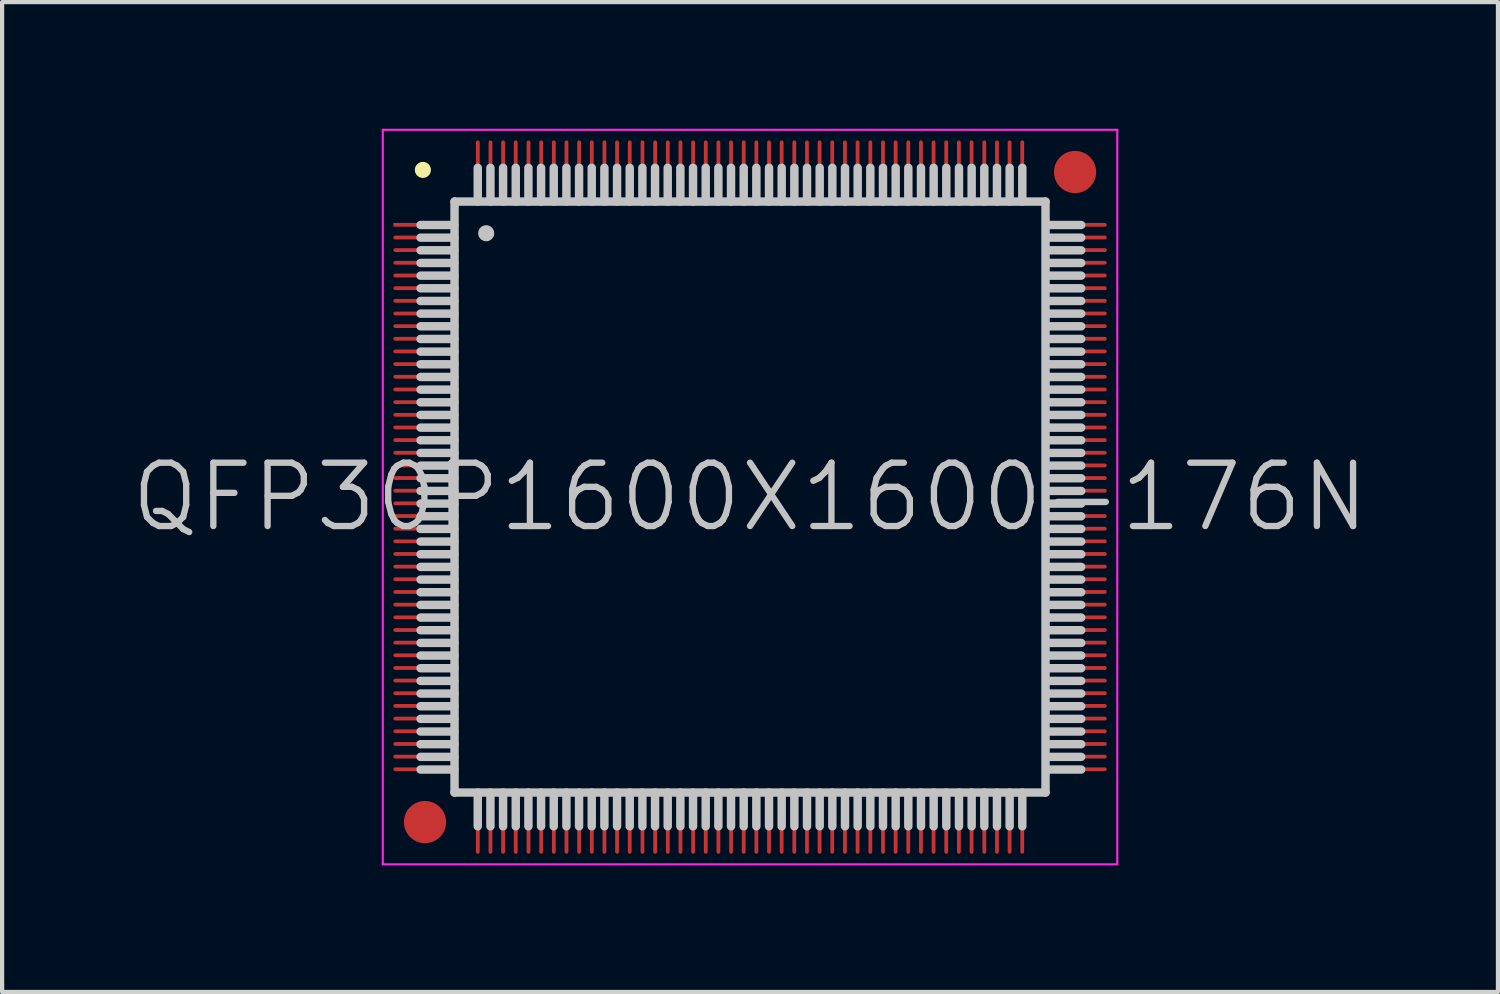
<source format=kicad_pcb>
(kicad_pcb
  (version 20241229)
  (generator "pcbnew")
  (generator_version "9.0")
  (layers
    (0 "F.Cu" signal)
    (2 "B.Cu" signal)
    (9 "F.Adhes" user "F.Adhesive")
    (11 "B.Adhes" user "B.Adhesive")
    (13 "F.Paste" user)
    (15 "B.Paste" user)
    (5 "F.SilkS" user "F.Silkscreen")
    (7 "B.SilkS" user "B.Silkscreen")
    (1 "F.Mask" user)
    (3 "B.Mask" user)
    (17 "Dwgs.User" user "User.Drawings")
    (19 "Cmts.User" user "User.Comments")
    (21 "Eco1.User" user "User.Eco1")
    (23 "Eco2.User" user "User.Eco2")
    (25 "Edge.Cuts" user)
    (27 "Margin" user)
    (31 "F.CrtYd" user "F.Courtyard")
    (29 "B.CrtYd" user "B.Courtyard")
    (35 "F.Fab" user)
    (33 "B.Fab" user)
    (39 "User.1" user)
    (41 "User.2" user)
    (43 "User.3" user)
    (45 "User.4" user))
  (footprint "QFP30P1600X1600-176N"
    (layer "F.Cu")
    (at 14.718 8.725)
    (property "Reference" "QFP30P1600X1600-176N" (at 0 0 0) (layer "Dwgs.User") (effects (font (size 1.5 1.5) (thickness 0.15))))
    (attr smd)
    (fp_line (start -7.75 -7.75) (end -7.75 -7.75) (stroke (width 0.381) (type solid)) (layer "F.SilkS"))
    (fp_line (start -7.005 -6.445) (end -7.805 -6.445) (stroke (width 0.2) (type solid)) (layer "Dwgs.User"))
    (fp_line (start -7.005 -6.145) (end -7.805 -6.145) (stroke (width 0.2) (type solid)) (layer "Dwgs.User"))
    (fp_line (start -7.005 -5.845) (end -7.805 -5.845) (stroke (width 0.2) (type solid)) (layer "Dwgs.User"))
    (fp_line (start -7.005 -5.545) (end -7.805 -5.545) (stroke (width 0.2) (type solid)) (layer "Dwgs.User"))
    (fp_line (start -7.005 -5.245) (end -7.805 -5.245) (stroke (width 0.2) (type solid)) (layer "Dwgs.User"))
    (fp_line (start -7.005 -4.945) (end -7.805 -4.945) (stroke (width 0.2) (type solid)) (layer "Dwgs.User"))
    (fp_line (start -7.005 -4.645) (end -7.805 -4.645) (stroke (width 0.2) (type solid)) (layer "Dwgs.User"))
    (fp_line (start -7.005 -4.345) (end -7.805 -4.345) (stroke (width 0.2) (type solid)) (layer "Dwgs.User"))
    (fp_line (start -7.005 -4.045) (end -7.805 -4.045) (stroke (width 0.2) (type solid)) (layer "Dwgs.User"))
    (fp_line (start -7.005 -3.745) (end -7.805 -3.745) (stroke (width 0.2) (type solid)) (layer "Dwgs.User"))
    (fp_line (start -7.005 -3.445) (end -7.805 -3.445) (stroke (width 0.2) (type solid)) (layer "Dwgs.User"))
    (fp_line (start -7.005 -3.145) (end -7.805 -3.145) (stroke (width 0.2) (type solid)) (layer "Dwgs.User"))
    (fp_line (start -7.005 -2.845) (end -7.805 -2.845) (stroke (width 0.2) (type solid)) (layer "Dwgs.User"))
    (fp_line (start -7.005 -2.545) (end -7.805 -2.545) (stroke (width 0.2) (type solid)) (layer "Dwgs.User"))
    (fp_line (start -7.005 -2.245) (end -7.805 -2.245) (stroke (width 0.2) (type solid)) (layer "Dwgs.User"))
    (fp_line (start -7.005 -1.945) (end -7.805 -1.945) (stroke (width 0.2) (type solid)) (layer "Dwgs.User"))
    (fp_line (start -7.005 -1.645) (end -7.805 -1.645) (stroke (width 0.2) (type solid)) (layer "Dwgs.User"))
    (fp_line (start -7.005 -1.345) (end -7.805 -1.345) (stroke (width 0.2) (type solid)) (layer "Dwgs.User"))
    (fp_line (start -7.005 -1.045) (end -7.805 -1.045) (stroke (width 0.2) (type solid)) (layer "Dwgs.User"))
    (fp_line (start -7.005 -0.745) (end -7.805 -0.745) (stroke (width 0.2) (type solid)) (layer "Dwgs.User"))
    (fp_line (start -7.005 -0.445) (end -7.805 -0.445) (stroke (width 0.2) (type solid)) (layer "Dwgs.User"))
    (fp_line (start -7.005 -0.145) (end -7.805 -0.145) (stroke (width 0.2) (type solid)) (layer "Dwgs.User"))
    (fp_line (start -7.005 0.155) (end -7.805 0.155) (stroke (width 0.2) (type solid)) (layer "Dwgs.User"))
    (fp_line (start -7.005 0.455) (end -7.805 0.455) (stroke (width 0.2) (type solid)) (layer "Dwgs.User"))
    (fp_line (start -7.005 0.755) (end -7.805 0.755) (stroke (width 0.2) (type solid)) (layer "Dwgs.User"))
    (fp_line (start -7.005 1.055) (end -7.805 1.055) (stroke (width 0.2) (type solid)) (layer "Dwgs.User"))
    (fp_line (start -7.005 1.355) (end -7.805 1.355) (stroke (width 0.2) (type solid)) (layer "Dwgs.User"))
    (fp_line (start -7.005 1.655) (end -7.805 1.655) (stroke (width 0.2) (type solid)) (layer "Dwgs.User"))
    (fp_line (start -7.005 1.955) (end -7.805 1.955) (stroke (width 0.2) (type solid)) (layer "Dwgs.User"))
    (fp_line (start -7.005 2.255) (end -7.805 2.255) (stroke (width 0.2) (type solid)) (layer "Dwgs.User"))
    (fp_line (start -7.005 2.555) (end -7.805 2.555) (stroke (width 0.2) (type solid)) (layer "Dwgs.User"))
    (fp_line (start -7.005 2.855) (end -7.805 2.855) (stroke (width 0.2) (type solid)) (layer "Dwgs.User"))
    (fp_line (start -7.005 3.155) (end -7.805 3.155) (stroke (width 0.2) (type solid)) (layer "Dwgs.User"))
    (fp_line (start -7.005 3.455) (end -7.805 3.455) (stroke (width 0.2) (type solid)) (layer "Dwgs.User"))
    (fp_line (start -7.005 3.755) (end -7.805 3.755) (stroke (width 0.2) (type solid)) (layer "Dwgs.User"))
    (fp_line (start -7.005 4.055) (end -7.805 4.055) (stroke (width 0.2) (type solid)) (layer "Dwgs.User"))
    (fp_line (start -7.005 4.355) (end -7.805 4.355) (stroke (width 0.2) (type solid)) (layer "Dwgs.User"))
    (fp_line (start -7.005 4.655) (end -7.805 4.655) (stroke (width 0.2) (type solid)) (layer "Dwgs.User"))
    (fp_line (start -7.005 4.955) (end -7.805 4.955) (stroke (width 0.2) (type solid)) (layer "Dwgs.User"))
    (fp_line (start -7.005 5.255) (end -7.805 5.255) (stroke (width 0.2) (type solid)) (layer "Dwgs.User"))
    (fp_line (start -7.005 5.555) (end -7.805 5.555) (stroke (width 0.2) (type solid)) (layer "Dwgs.User"))
    (fp_line (start -7.005 5.855) (end -7.805 5.855) (stroke (width 0.2) (type solid)) (layer "Dwgs.User"))
    (fp_line (start -7.005 6.155) (end -7.805 6.155) (stroke (width 0.2) (type solid)) (layer "Dwgs.User"))
    (fp_line (start -7.005 6.455) (end -7.805 6.455) (stroke (width 0.2) (type solid)) (layer "Dwgs.User"))
    (fp_line (start -7 -7) (end -7 7) (stroke (width 0.2) (type solid)) (layer "Dwgs.User"))
    (fp_line (start -7 -7) (end 7 -7) (stroke (width 0.2) (type solid)) (layer "Dwgs.User"))
    (fp_line (start -7 7) (end 7 7) (stroke (width 0.2) (type solid)) (layer "Dwgs.User"))
    (fp_line (start -6.45 -7) (end -6.45 -7.8) (stroke (width 0.2) (type solid)) (layer "Dwgs.User"))
    (fp_line (start -6.45 7.8) (end -6.45 7) (stroke (width 0.2) (type solid)) (layer "Dwgs.User"))
    (fp_line (start -6.25 -6.25) (end -6.25 -6.25) (stroke (width 0.381) (type solid)) (layer "Dwgs.User"))
    (fp_line (start -6.15 -7) (end -6.15 -7.8) (stroke (width 0.2) (type solid)) (layer "Dwgs.User"))
    (fp_line (start -6.15 7.8) (end -6.15 7) (stroke (width 0.2) (type solid)) (layer "Dwgs.User"))
    (fp_line (start -5.85 -7) (end -5.85 -7.8) (stroke (width 0.2) (type solid)) (layer "Dwgs.User"))
    (fp_line (start -5.85 7.8) (end -5.85 7) (stroke (width 0.2) (type solid)) (layer "Dwgs.User"))
    (fp_line (start -5.55 -7) (end -5.55 -7.8) (stroke (width 0.2) (type solid)) (layer "Dwgs.User"))
    (fp_line (start -5.55 7.8) (end -5.55 7) (stroke (width 0.2) (type solid)) (layer "Dwgs.User"))
    (fp_line (start -5.25 -7) (end -5.25 -7.8) (stroke (width 0.2) (type solid)) (layer "Dwgs.User"))
    (fp_line (start -5.25 7.8) (end -5.25 7) (stroke (width 0.2) (type solid)) (layer "Dwgs.User"))
    (fp_line (start -4.95 -7) (end -4.95 -7.8) (stroke (width 0.2) (type solid)) (layer "Dwgs.User"))
    (fp_line (start -4.95 7.8) (end -4.95 7) (stroke (width 0.2) (type solid)) (layer "Dwgs.User"))
    (fp_line (start -4.65 -7) (end -4.65 -7.8) (stroke (width 0.2) (type solid)) (layer "Dwgs.User"))
    (fp_line (start -4.65 7.8) (end -4.65 7) (stroke (width 0.2) (type solid)) (layer "Dwgs.User"))
    (fp_line (start -4.35 -7) (end -4.35 -7.8) (stroke (width 0.2) (type solid)) (layer "Dwgs.User"))
    (fp_line (start -4.35 7.8) (end -4.35 7) (stroke (width 0.2) (type solid)) (layer "Dwgs.User"))
    (fp_line (start -4.05 -7) (end -4.05 -7.8) (stroke (width 0.2) (type solid)) (layer "Dwgs.User"))
    (fp_line (start -4.05 7.8) (end -4.05 7) (stroke (width 0.2) (type solid)) (layer "Dwgs.User"))
    (fp_line (start -3.75 -7) (end -3.75 -7.8) (stroke (width 0.2) (type solid)) (layer "Dwgs.User"))
    (fp_line (start -3.75 7.8) (end -3.75 7) (stroke (width 0.2) (type solid)) (layer "Dwgs.User"))
    (fp_line (start -3.45 -7) (end -3.45 -7.8) (stroke (width 0.2) (type solid)) (layer "Dwgs.User"))
    (fp_line (start -3.45 7.8) (end -3.45 7) (stroke (width 0.2) (type solid)) (layer "Dwgs.User"))
    (fp_line (start -3.15 -7) (end -3.15 -7.8) (stroke (width 0.2) (type solid)) (layer "Dwgs.User"))
    (fp_line (start -3.15 7.8) (end -3.15 7) (stroke (width 0.2) (type solid)) (layer "Dwgs.User"))
    (fp_line (start -2.85 -7) (end -2.85 -7.8) (stroke (width 0.2) (type solid)) (layer "Dwgs.User"))
    (fp_line (start -2.85 7.8) (end -2.85 7) (stroke (width 0.2) (type solid)) (layer "Dwgs.User"))
    (fp_line (start -2.55 -7) (end -2.55 -7.8) (stroke (width 0.2) (type solid)) (layer "Dwgs.User"))
    (fp_line (start -2.55 7.8) (end -2.55 7) (stroke (width 0.2) (type solid)) (layer "Dwgs.User"))
    (fp_line (start -2.25 -7) (end -2.25 -7.8) (stroke (width 0.2) (type solid)) (layer "Dwgs.User"))
    (fp_line (start -2.25 7.8) (end -2.25 7) (stroke (width 0.2) (type solid)) (layer "Dwgs.User"))
    (fp_line (start -1.95 -7) (end -1.95 -7.8) (stroke (width 0.2) (type solid)) (layer "Dwgs.User"))
    (fp_line (start -1.95 7.8) (end -1.95 7) (stroke (width 0.2) (type solid)) (layer "Dwgs.User"))
    (fp_line (start -1.65 -7) (end -1.65 -7.8) (stroke (width 0.2) (type solid)) (layer "Dwgs.User"))
    (fp_line (start -1.65 7.8) (end -1.65 7) (stroke (width 0.2) (type solid)) (layer "Dwgs.User"))
    (fp_line (start -1.35 -7) (end -1.35 -7.8) (stroke (width 0.2) (type solid)) (layer "Dwgs.User"))
    (fp_line (start -1.35 7.8) (end -1.35 7) (stroke (width 0.2) (type solid)) (layer "Dwgs.User"))
    (fp_line (start -1.05 -7) (end -1.05 -7.8) (stroke (width 0.2) (type solid)) (layer "Dwgs.User"))
    (fp_line (start -1.05 7.8) (end -1.05 7) (stroke (width 0.2) (type solid)) (layer "Dwgs.User"))
    (fp_line (start -0.75 -7) (end -0.75 -7.8) (stroke (width 0.2) (type solid)) (layer "Dwgs.User"))
    (fp_line (start -0.75 7.8) (end -0.75 7) (stroke (width 0.2) (type solid)) (layer "Dwgs.User"))
    (fp_line (start -0.45 -7) (end -0.45 -7.8) (stroke (width 0.2) (type solid)) (layer "Dwgs.User"))
    (fp_line (start -0.45 7.8) (end -0.45 7) (stroke (width 0.2) (type solid)) (layer "Dwgs.User"))
    (fp_line (start -0.15 -7) (end -0.15 -7.8) (stroke (width 0.2) (type solid)) (layer "Dwgs.User"))
    (fp_line (start -0.15 7.8) (end -0.15 7) (stroke (width 0.2) (type solid)) (layer "Dwgs.User"))
    (fp_line (start 0.15 -7) (end 0.15 -7.8) (stroke (width 0.2) (type solid)) (layer "Dwgs.User"))
    (fp_line (start 0.15 7.8) (end 0.15 7) (stroke (width 0.2) (type solid)) (layer "Dwgs.User"))
    (fp_line (start 0.45 -7) (end 0.45 -7.8) (stroke (width 0.2) (type solid)) (layer "Dwgs.User"))
    (fp_line (start 0.45 7.8) (end 0.45 7) (stroke (width 0.2) (type solid)) (layer "Dwgs.User"))
    (fp_line (start 0.75 -7) (end 0.75 -7.8) (stroke (width 0.2) (type solid)) (layer "Dwgs.User"))
    (fp_line (start 0.75 7.8) (end 0.75 7) (stroke (width 0.2) (type solid)) (layer "Dwgs.User"))
    (fp_line (start 1.05 -7) (end 1.05 -7.8) (stroke (width 0.2) (type solid)) (layer "Dwgs.User"))
    (fp_line (start 1.05 7.8) (end 1.05 7) (stroke (width 0.2) (type solid)) (layer "Dwgs.User"))
    (fp_line (start 1.35 -7) (end 1.35 -7.8) (stroke (width 0.2) (type solid)) (layer "Dwgs.User"))
    (fp_line (start 1.35 7.8) (end 1.35 7) (stroke (width 0.2) (type solid)) (layer "Dwgs.User"))
    (fp_line (start 1.65 -7) (end 1.65 -7.8) (stroke (width 0.2) (type solid)) (layer "Dwgs.User"))
    (fp_line (start 1.65 7.8) (end 1.65 7) (stroke (width 0.2) (type solid)) (layer "Dwgs.User"))
    (fp_line (start 1.95 -7) (end 1.95 -7.8) (stroke (width 0.2) (type solid)) (layer "Dwgs.User"))
    (fp_line (start 1.95 7.8) (end 1.95 7) (stroke (width 0.2) (type solid)) (layer "Dwgs.User"))
    (fp_line (start 2.25 -7) (end 2.25 -7.8) (stroke (width 0.2) (type solid)) (layer "Dwgs.User"))
    (fp_line (start 2.25 7.8) (end 2.25 7) (stroke (width 0.2) (type solid)) (layer "Dwgs.User"))
    (fp_line (start 2.55 -7) (end 2.55 -7.8) (stroke (width 0.2) (type solid)) (layer "Dwgs.User"))
    (fp_line (start 2.55 7.8) (end 2.55 7) (stroke (width 0.2) (type solid)) (layer "Dwgs.User"))
    (fp_line (start 2.85 -7) (end 2.85 -7.8) (stroke (width 0.2) (type solid)) (layer "Dwgs.User"))
    (fp_line (start 2.85 7.8) (end 2.85 7) (stroke (width 0.2) (type solid)) (layer "Dwgs.User"))
    (fp_line (start 3.15 -7) (end 3.15 -7.8) (stroke (width 0.2) (type solid)) (layer "Dwgs.User"))
    (fp_line (start 3.15 7.8) (end 3.15 7) (stroke (width 0.2) (type solid)) (layer "Dwgs.User"))
    (fp_line (start 3.45 -7) (end 3.45 -7.8) (stroke (width 0.2) (type solid)) (layer "Dwgs.User"))
    (fp_line (start 3.45 7.8) (end 3.45 7) (stroke (width 0.2) (type solid)) (layer "Dwgs.User"))
    (fp_line (start 3.75 -7) (end 3.75 -7.8) (stroke (width 0.2) (type solid)) (layer "Dwgs.User"))
    (fp_line (start 3.75 7.8) (end 3.75 7) (stroke (width 0.2) (type solid)) (layer "Dwgs.User"))
    (fp_line (start 4.05 -7) (end 4.05 -7.8) (stroke (width 0.2) (type solid)) (layer "Dwgs.User"))
    (fp_line (start 4.05 7.8) (end 4.05 7) (stroke (width 0.2) (type solid)) (layer "Dwgs.User"))
    (fp_line (start 4.35 -7) (end 4.35 -7.8) (stroke (width 0.2) (type solid)) (layer "Dwgs.User"))
    (fp_line (start 4.35 7.8) (end 4.35 7) (stroke (width 0.2) (type solid)) (layer "Dwgs.User"))
    (fp_line (start 4.65 -7) (end 4.65 -7.8) (stroke (width 0.2) (type solid)) (layer "Dwgs.User"))
    (fp_line (start 4.65 7.8) (end 4.65 7) (stroke (width 0.2) (type solid)) (layer "Dwgs.User"))
    (fp_line (start 4.95 -7) (end 4.95 -7.8) (stroke (width 0.2) (type solid)) (layer "Dwgs.User"))
    (fp_line (start 4.95 7.8) (end 4.95 7) (stroke (width 0.2) (type solid)) (layer "Dwgs.User"))
    (fp_line (start 5.25 -7) (end 5.25 -7.8) (stroke (width 0.2) (type solid)) (layer "Dwgs.User"))
    (fp_line (start 5.25 7.8) (end 5.25 7) (stroke (width 0.2) (type solid)) (layer "Dwgs.User"))
    (fp_line (start 5.55 -7) (end 5.55 -7.8) (stroke (width 0.2) (type solid)) (layer "Dwgs.User"))
    (fp_line (start 5.55 7.8) (end 5.55 7) (stroke (width 0.2) (type solid)) (layer "Dwgs.User"))
    (fp_line (start 5.85 -7) (end 5.85 -7.8) (stroke (width 0.2) (type solid)) (layer "Dwgs.User"))
    (fp_line (start 5.85 7.8) (end 5.85 7) (stroke (width 0.2) (type solid)) (layer "Dwgs.User"))
    (fp_line (start 6.15 -7) (end 6.15 -7.8) (stroke (width 0.2) (type solid)) (layer "Dwgs.User"))
    (fp_line (start 6.15 7.8) (end 6.15 7) (stroke (width 0.2) (type solid)) (layer "Dwgs.User"))
    (fp_line (start 6.45 -7) (end 6.45 -7.8) (stroke (width 0.2) (type solid)) (layer "Dwgs.User"))
    (fp_line (start 6.45 7.8) (end 6.45 7) (stroke (width 0.2) (type solid)) (layer "Dwgs.User"))
    (fp_line (start 7 -7) (end 7 7) (stroke (width 0.2) (type solid)) (layer "Dwgs.User"))
    (fp_line (start 7.845 -6.445) (end 7.045 -6.445) (stroke (width 0.2) (type solid)) (layer "Dwgs.User"))
    (fp_line (start 7.845 -6.145) (end 7.045 -6.145) (stroke (width 0.2) (type solid)) (layer "Dwgs.User"))
    (fp_line (start 7.845 -5.845) (end 7.045 -5.845) (stroke (width 0.2) (type solid)) (layer "Dwgs.User"))
    (fp_line (start 7.845 -5.545) (end 7.045 -5.545) (stroke (width 0.2) (type solid)) (layer "Dwgs.User"))
    (fp_line (start 7.845 -5.245) (end 7.045 -5.245) (stroke (width 0.2) (type solid)) (layer "Dwgs.User"))
    (fp_line (start 7.845 -4.945) (end 7.045 -4.945) (stroke (width 0.2) (type solid)) (layer "Dwgs.User"))
    (fp_line (start 7.845 -4.645) (end 7.045 -4.645) (stroke (width 0.2) (type solid)) (layer "Dwgs.User"))
    (fp_line (start 7.845 -4.345) (end 7.045 -4.345) (stroke (width 0.2) (type solid)) (layer "Dwgs.User"))
    (fp_line (start 7.845 -4.045) (end 7.045 -4.045) (stroke (width 0.2) (type solid)) (layer "Dwgs.User"))
    (fp_line (start 7.845 -3.745) (end 7.045 -3.745) (stroke (width 0.2) (type solid)) (layer "Dwgs.User"))
    (fp_line (start 7.845 -3.445) (end 7.045 -3.445) (stroke (width 0.2) (type solid)) (layer "Dwgs.User"))
    (fp_line (start 7.845 -3.145) (end 7.045 -3.145) (stroke (width 0.2) (type solid)) (layer "Dwgs.User"))
    (fp_line (start 7.845 -2.845) (end 7.045 -2.845) (stroke (width 0.2) (type solid)) (layer "Dwgs.User"))
    (fp_line (start 7.845 -2.545) (end 7.045 -2.545) (stroke (width 0.2) (type solid)) (layer "Dwgs.User"))
    (fp_line (start 7.845 -2.245) (end 7.045 -2.245) (stroke (width 0.2) (type solid)) (layer "Dwgs.User"))
    (fp_line (start 7.845 -1.945) (end 7.045 -1.945) (stroke (width 0.2) (type solid)) (layer "Dwgs.User"))
    (fp_line (start 7.845 -1.645) (end 7.045 -1.645) (stroke (width 0.2) (type solid)) (layer "Dwgs.User"))
    (fp_line (start 7.845 -1.345) (end 7.045 -1.345) (stroke (width 0.2) (type solid)) (layer "Dwgs.User"))
    (fp_line (start 7.845 -1.045) (end 7.045 -1.045) (stroke (width 0.2) (type solid)) (layer "Dwgs.User"))
    (fp_line (start 7.845 -0.745) (end 7.045 -0.745) (stroke (width 0.2) (type solid)) (layer "Dwgs.User"))
    (fp_line (start 7.845 -0.445) (end 7.045 -0.445) (stroke (width 0.2) (type solid)) (layer "Dwgs.User"))
    (fp_line (start 7.845 -0.145) (end 7.045 -0.145) (stroke (width 0.2) (type solid)) (layer "Dwgs.User"))
    (fp_line (start 7.845 0.155) (end 7.045 0.155) (stroke (width 0.2) (type solid)) (layer "Dwgs.User"))
    (fp_line (start 7.845 0.455) (end 7.045 0.455) (stroke (width 0.2) (type solid)) (layer "Dwgs.User"))
    (fp_line (start 7.845 0.755) (end 7.045 0.755) (stroke (width 0.2) (type solid)) (layer "Dwgs.User"))
    (fp_line (start 7.845 1.055) (end 7.045 1.055) (stroke (width 0.2) (type solid)) (layer "Dwgs.User"))
    (fp_line (start 7.845 1.355) (end 7.045 1.355) (stroke (width 0.2) (type solid)) (layer "Dwgs.User"))
    (fp_line (start 7.845 1.655) (end 7.045 1.655) (stroke (width 0.2) (type solid)) (layer "Dwgs.User"))
    (fp_line (start 7.845 1.955) (end 7.045 1.955) (stroke (width 0.2) (type solid)) (layer "Dwgs.User"))
    (fp_line (start 7.845 2.255) (end 7.045 2.255) (stroke (width 0.2) (type solid)) (layer "Dwgs.User"))
    (fp_line (start 7.845 2.555) (end 7.045 2.555) (stroke (width 0.2) (type solid)) (layer "Dwgs.User"))
    (fp_line (start 7.845 2.855) (end 7.045 2.855) (stroke (width 0.2) (type solid)) (layer "Dwgs.User"))
    (fp_line (start 7.845 3.155) (end 7.045 3.155) (stroke (width 0.2) (type solid)) (layer "Dwgs.User"))
    (fp_line (start 7.845 3.455) (end 7.045 3.455) (stroke (width 0.2) (type solid)) (layer "Dwgs.User"))
    (fp_line (start 7.845 3.755) (end 7.045 3.755) (stroke (width 0.2) (type solid)) (layer "Dwgs.User"))
    (fp_line (start 7.845 4.055) (end 7.045 4.055) (stroke (width 0.2) (type solid)) (layer "Dwgs.User"))
    (fp_line (start 7.845 4.355) (end 7.045 4.355) (stroke (width 0.2) (type solid)) (layer "Dwgs.User"))
    (fp_line (start 7.845 4.655) (end 7.045 4.655) (stroke (width 0.2) (type solid)) (layer "Dwgs.User"))
    (fp_line (start 7.845 4.955) (end 7.045 4.955) (stroke (width 0.2) (type solid)) (layer "Dwgs.User"))
    (fp_line (start 7.845 5.255) (end 7.045 5.255) (stroke (width 0.2) (type solid)) (layer "Dwgs.User"))
    (fp_line (start 7.845 5.555) (end 7.045 5.555) (stroke (width 0.2) (type solid)) (layer "Dwgs.User"))
    (fp_line (start 7.845 5.855) (end 7.045 5.855) (stroke (width 0.2) (type solid)) (layer "Dwgs.User"))
    (fp_line (start 7.845 6.155) (end 7.045 6.155) (stroke (width 0.2) (type solid)) (layer "Dwgs.User"))
    (fp_line (start 7.845 6.455) (end 7.045 6.455) (stroke (width 0.2) (type solid)) (layer "Dwgs.User"))
    (fp_line (start -8.7 -8.7) (end -8.7 8.7) (stroke (width 0.05) (type solid)) (layer "F.CrtYd"))
    (fp_line (start -8.7 -8.7) (end 8.7 -8.7) (stroke (width 0.05) (type solid)) (layer "F.CrtYd"))
    (fp_line (start -8.7 8.7) (end 8.7 8.7) (stroke (width 0.05) (type solid)) (layer "F.CrtYd"))
    (fp_line (start 8.7 -8.7) (end 8.7 8.7) (stroke (width 0.05) (type solid)) (layer "F.CrtYd"))
    (pad "" smd circle (at -7.7 7.7) (size 1 1) (layers "F.Cu" "F.Mask"))
    (pad "" smd circle (at 7.7 -7.7) (size 1 1) (layers "F.Cu" "F.Mask"))
    (pad "1" smd rect (at -7.699 -6.449 90) (size 0.09 1.5) (layers "F.Cu" "F.Mask" "F.Paste"))
    (pad "2" smd oval (at -7.699 -6.149 90) (size 0.09 1.5) (layers "F.Cu" "F.Mask" "F.Paste"))
    (pad "3" smd oval (at -7.699 -5.85 90) (size 0.09 1.5) (layers "F.Cu" "F.Mask" "F.Paste"))
    (pad "4" smd oval (at -7.699 -5.55 90) (size 0.09 1.5) (layers "F.Cu" "F.Mask" "F.Paste"))
    (pad "5" smd oval (at -7.699 -5.248 90) (size 0.09 1.5) (layers "F.Cu" "F.Mask" "F.Paste"))
    (pad "6" smd oval (at -7.699 -4.948 90) (size 0.09 1.5) (layers "F.Cu" "F.Mask" "F.Paste"))
    (pad "7" smd oval (at -7.699 -4.648 90) (size 0.09 1.5) (layers "F.Cu" "F.Mask" "F.Paste"))
    (pad "8" smd oval (at -7.699 -4.348 90) (size 0.09 1.5) (layers "F.Cu" "F.Mask" "F.Paste"))
    (pad "9" smd oval (at -7.699 -4.049 90) (size 0.09 1.5) (layers "F.Cu" "F.Mask" "F.Paste"))
    (pad "10" smd oval (at -7.699 -3.749 90) (size 0.09 1.5) (layers "F.Cu" "F.Mask" "F.Paste"))
    (pad "11" smd oval (at -7.699 -3.449 90) (size 0.09 1.5) (layers "F.Cu" "F.Mask" "F.Paste"))
    (pad "12" smd oval (at -7.699 -3.15 90) (size 0.09 1.5) (layers "F.Cu" "F.Mask" "F.Paste"))
    (pad "13" smd oval (at -7.699 -2.85 90) (size 0.09 1.5) (layers "F.Cu" "F.Mask" "F.Paste"))
    (pad "14" smd oval (at -7.699 -2.548 90) (size 0.09 1.5) (layers "F.Cu" "F.Mask" "F.Paste"))
    (pad "15" smd oval (at -7.699 -2.248 90) (size 0.09 1.5) (layers "F.Cu" "F.Mask" "F.Paste"))
    (pad "16" smd oval (at -7.699 -1.948 90) (size 0.09 1.5) (layers "F.Cu" "F.Mask" "F.Paste"))
    (pad "17" smd oval (at -7.699 -1.648 90) (size 0.09 1.5) (layers "F.Cu" "F.Mask" "F.Paste"))
    (pad "18" smd oval (at -7.699 -1.349 90) (size 0.09 1.5) (layers "F.Cu" "F.Mask" "F.Paste"))
    (pad "19" smd oval (at -7.699 -1.049 90) (size 0.09 1.5) (layers "F.Cu" "F.Mask" "F.Paste"))
    (pad "20" smd oval (at -7.699 -0.749 90) (size 0.09 1.5) (layers "F.Cu" "F.Mask" "F.Paste"))
    (pad "21" smd oval (at -7.699 -0.45 90) (size 0.09 1.5) (layers "F.Cu" "F.Mask" "F.Paste"))
    (pad "22" smd oval (at -7.699 -0.15 90) (size 0.09 1.5) (layers "F.Cu" "F.Mask" "F.Paste"))
    (pad "23" smd oval (at -7.699 0.15 90) (size 0.09 1.5) (layers "F.Cu" "F.Mask" "F.Paste"))
    (pad "24" smd oval (at -7.699 0.45 90) (size 0.09 1.5) (layers "F.Cu" "F.Mask" "F.Paste"))
    (pad "25" smd oval (at -7.699 0.749 90) (size 0.09 1.5) (layers "F.Cu" "F.Mask" "F.Paste"))
    (pad "26" smd oval (at -7.699 1.049 90) (size 0.09 1.5) (layers "F.Cu" "F.Mask" "F.Paste"))
    (pad "27" smd oval (at -7.699 1.349 90) (size 0.09 1.5) (layers "F.Cu" "F.Mask" "F.Paste"))
    (pad "28" smd oval (at -7.699 1.648 90) (size 0.09 1.5) (layers "F.Cu" "F.Mask" "F.Paste"))
    (pad "29" smd oval (at -7.699 1.948 90) (size 0.09 1.5) (layers "F.Cu" "F.Mask" "F.Paste"))
    (pad "30" smd oval (at -7.699 2.248 90) (size 0.09 1.5) (layers "F.Cu" "F.Mask" "F.Paste"))
    (pad "31" smd oval (at -7.699 2.548 90) (size 0.09 1.5) (layers "F.Cu" "F.Mask" "F.Paste"))
    (pad "32" smd oval (at -7.699 2.85 90) (size 0.09 1.5) (layers "F.Cu" "F.Mask" "F.Paste"))
    (pad "33" smd oval (at -7.699 3.15 90) (size 0.09 1.5) (layers "F.Cu" "F.Mask" "F.Paste"))
    (pad "34" smd oval (at -7.699 3.449 90) (size 0.09 1.5) (layers "F.Cu" "F.Mask" "F.Paste"))
    (pad "35" smd oval (at -7.699 3.749 90) (size 0.09 1.5) (layers "F.Cu" "F.Mask" "F.Paste"))
    (pad "36" smd oval (at -7.699 4.049 90) (size 0.09 1.5) (layers "F.Cu" "F.Mask" "F.Paste"))
    (pad "37" smd oval (at -7.699 4.348 90) (size 0.09 1.5) (layers "F.Cu" "F.Mask" "F.Paste"))
    (pad "38" smd oval (at -7.699 4.648 90) (size 0.09 1.5) (layers "F.Cu" "F.Mask" "F.Paste"))
    (pad "39" smd oval (at -7.699 4.948 90) (size 0.09 1.5) (layers "F.Cu" "F.Mask" "F.Paste"))
    (pad "40" smd oval (at -7.699 5.248 90) (size 0.09 1.5) (layers "F.Cu" "F.Mask" "F.Paste"))
    (pad "41" smd oval (at -7.699 5.55 90) (size 0.09 1.5) (layers "F.Cu" "F.Mask" "F.Paste"))
    (pad "42" smd oval (at -7.699 5.85 90) (size 0.09 1.5) (layers "F.Cu" "F.Mask" "F.Paste"))
    (pad "43" smd oval (at -7.699 6.149 90) (size 0.09 1.5) (layers "F.Cu" "F.Mask" "F.Paste"))
    (pad "44" smd oval (at -7.699 6.449 90) (size 0.09 1.5) (layers "F.Cu" "F.Mask" "F.Paste"))
    (pad "45" smd oval (at -6.449 7.699 180) (size 0.09 1.5) (layers "F.Cu" "F.Mask" "F.Paste"))
    (pad "46" smd oval (at -6.149 7.699 180) (size 0.09 1.5) (layers "F.Cu" "F.Mask" "F.Paste"))
    (pad "47" smd oval (at -5.85 7.699 180) (size 0.09 1.5) (layers "F.Cu" "F.Mask" "F.Paste"))
    (pad "48" smd oval (at -5.55 7.699 180) (size 0.09 1.5) (layers "F.Cu" "F.Mask" "F.Paste"))
    (pad "49" smd oval (at -5.248 7.699 180) (size 0.09 1.5) (layers "F.Cu" "F.Mask" "F.Paste"))
    (pad "50" smd oval (at -4.948 7.699 180) (size 0.09 1.5) (layers "F.Cu" "F.Mask" "F.Paste"))
    (pad "51" smd oval (at -4.648 7.699 180) (size 0.09 1.5) (layers "F.Cu" "F.Mask" "F.Paste"))
    (pad "52" smd oval (at -4.348 7.699 180) (size 0.09 1.5) (layers "F.Cu" "F.Mask" "F.Paste"))
    (pad "53" smd oval (at -4.049 7.699 180) (size 0.09 1.5) (layers "F.Cu" "F.Mask" "F.Paste"))
    (pad "54" smd oval (at -3.749 7.699 180) (size 0.09 1.5) (layers "F.Cu" "F.Mask" "F.Paste"))
    (pad "55" smd oval (at -3.449 7.699 180) (size 0.09 1.5) (layers "F.Cu" "F.Mask" "F.Paste"))
    (pad "56" smd oval (at -3.15 7.699 180) (size 0.09 1.5) (layers "F.Cu" "F.Mask" "F.Paste"))
    (pad "57" smd oval (at -2.85 7.699 180) (size 0.09 1.5) (layers "F.Cu" "F.Mask" "F.Paste"))
    (pad "58" smd oval (at -2.548 7.699 180) (size 0.09 1.5) (layers "F.Cu" "F.Mask" "F.Paste"))
    (pad "59" smd oval (at -2.248 7.699 180) (size 0.09 1.5) (layers "F.Cu" "F.Mask" "F.Paste"))
    (pad "60" smd oval (at -1.948 7.699 180) (size 0.09 1.5) (layers "F.Cu" "F.Mask" "F.Paste"))
    (pad "61" smd oval (at -1.648 7.699 180) (size 0.09 1.5) (layers "F.Cu" "F.Mask" "F.Paste"))
    (pad "62" smd oval (at -1.349 7.699 180) (size 0.09 1.5) (layers "F.Cu" "F.Mask" "F.Paste"))
    (pad "63" smd oval (at -1.049 7.699 180) (size 0.09 1.5) (layers "F.Cu" "F.Mask" "F.Paste"))
    (pad "64" smd oval (at -0.749 7.699 180) (size 0.09 1.5) (layers "F.Cu" "F.Mask" "F.Paste"))
    (pad "65" smd oval (at -0.45 7.699 180) (size 0.09 1.5) (layers "F.Cu" "F.Mask" "F.Paste"))
    (pad "66" smd oval (at -0.15 7.699 180) (size 0.09 1.5) (layers "F.Cu" "F.Mask" "F.Paste"))
    (pad "67" smd oval (at 0.15 7.699 180) (size 0.09 1.5) (layers "F.Cu" "F.Mask" "F.Paste"))
    (pad "68" smd oval (at 0.45 7.699 180) (size 0.09 1.5) (layers "F.Cu" "F.Mask" "F.Paste"))
    (pad "69" smd oval (at 0.749 7.699 180) (size 0.09 1.5) (layers "F.Cu" "F.Mask" "F.Paste"))
    (pad "70" smd oval (at 1.049 7.699 180) (size 0.09 1.5) (layers "F.Cu" "F.Mask" "F.Paste"))
    (pad "71" smd oval (at 1.349 7.699 180) (size 0.09 1.5) (layers "F.Cu" "F.Mask" "F.Paste"))
    (pad "72" smd oval (at 1.648 7.699 180) (size 0.09 1.5) (layers "F.Cu" "F.Mask" "F.Paste"))
    (pad "73" smd oval (at 1.948 7.699 180) (size 0.09 1.5) (layers "F.Cu" "F.Mask" "F.Paste"))
    (pad "74" smd oval (at 2.248 7.699 180) (size 0.09 1.5) (layers "F.Cu" "F.Mask" "F.Paste"))
    (pad "75" smd oval (at 2.548 7.699 180) (size 0.09 1.5) (layers "F.Cu" "F.Mask" "F.Paste"))
    (pad "76" smd oval (at 2.85 7.699 180) (size 0.09 1.5) (layers "F.Cu" "F.Mask" "F.Paste"))
    (pad "77" smd oval (at 3.15 7.699 180) (size 0.09 1.5) (layers "F.Cu" "F.Mask" "F.Paste"))
    (pad "78" smd oval (at 3.449 7.699 180) (size 0.09 1.5) (layers "F.Cu" "F.Mask" "F.Paste"))
    (pad "79" smd oval (at 3.749 7.699 180) (size 0.09 1.5) (layers "F.Cu" "F.Mask" "F.Paste"))
    (pad "80" smd oval (at 4.049 7.699 180) (size 0.09 1.5) (layers "F.Cu" "F.Mask" "F.Paste"))
    (pad "81" smd oval (at 4.348 7.699 180) (size 0.09 1.5) (layers "F.Cu" "F.Mask" "F.Paste"))
    (pad "82" smd oval (at 4.648 7.699 180) (size 0.09 1.5) (layers "F.Cu" "F.Mask" "F.Paste"))
    (pad "83" smd oval (at 4.948 7.699 180) (size 0.09 1.5) (layers "F.Cu" "F.Mask" "F.Paste"))
    (pad "84" smd oval (at 5.248 7.699 180) (size 0.09 1.5) (layers "F.Cu" "F.Mask" "F.Paste"))
    (pad "85" smd oval (at 5.55 7.699 180) (size 0.09 1.5) (layers "F.Cu" "F.Mask" "F.Paste"))
    (pad "86" smd oval (at 5.85 7.699 180) (size 0.09 1.5) (layers "F.Cu" "F.Mask" "F.Paste"))
    (pad "87" smd oval (at 6.149 7.699 180) (size 0.09 1.5) (layers "F.Cu" "F.Mask" "F.Paste"))
    (pad "88" smd oval (at 6.449 7.699 180) (size 0.09 1.5) (layers "F.Cu" "F.Mask" "F.Paste"))
    (pad "89" smd oval (at 7.699 6.449 270) (size 0.09 1.5) (layers "F.Cu" "F.Mask" "F.Paste"))
    (pad "90" smd oval (at 7.699 6.149 270) (size 0.09 1.5) (layers "F.Cu" "F.Mask" "F.Paste"))
    (pad "91" smd oval (at 7.699 5.85 270) (size 0.09 1.5) (layers "F.Cu" "F.Mask" "F.Paste"))
    (pad "92" smd oval (at 7.699 5.55 270) (size 0.09 1.5) (layers "F.Cu" "F.Mask" "F.Paste"))
    (pad "93" smd oval (at 7.699 5.248 270) (size 0.09 1.5) (layers "F.Cu" "F.Mask" "F.Paste"))
    (pad "94" smd oval (at 7.699 4.948 270) (size 0.09 1.5) (layers "F.Cu" "F.Mask" "F.Paste"))
    (pad "95" smd oval (at 7.699 4.648 270) (size 0.09 1.5) (layers "F.Cu" "F.Mask" "F.Paste"))
    (pad "96" smd oval (at 7.699 4.348 270) (size 0.09 1.5) (layers "F.Cu" "F.Mask" "F.Paste"))
    (pad "97" smd oval (at 7.699 4.049 270) (size 0.09 1.5) (layers "F.Cu" "F.Mask" "F.Paste"))
    (pad "98" smd oval (at 7.699 3.749 270) (size 0.09 1.5) (layers "F.Cu" "F.Mask" "F.Paste"))
    (pad "99" smd oval (at 7.699 3.449 270) (size 0.09 1.5) (layers "F.Cu" "F.Mask" "F.Paste"))
    (pad "100" smd oval (at 7.699 3.15 270) (size 0.09 1.5) (layers "F.Cu" "F.Mask" "F.Paste"))
    (pad "101" smd oval (at 7.699 2.85 270) (size 0.09 1.5) (layers "F.Cu" "F.Mask" "F.Paste"))
    (pad "102" smd oval (at 7.699 2.548 270) (size 0.09 1.5) (layers "F.Cu" "F.Mask" "F.Paste"))
    (pad "103" smd oval (at 7.699 2.248 270) (size 0.09 1.5) (layers "F.Cu" "F.Mask" "F.Paste"))
    (pad "104" smd oval (at 7.699 1.948 270) (size 0.09 1.5) (layers "F.Cu" "F.Mask" "F.Paste"))
    (pad "105" smd oval (at 7.699 1.648 270) (size 0.09 1.5) (layers "F.Cu" "F.Mask" "F.Paste"))
    (pad "106" smd oval (at 7.699 1.349 270) (size 0.09 1.5) (layers "F.Cu" "F.Mask" "F.Paste"))
    (pad "107" smd oval (at 7.699 1.049 270) (size 0.09 1.5) (layers "F.Cu" "F.Mask" "F.Paste"))
    (pad "108" smd oval (at 7.699 0.749 270) (size 0.09 1.5) (layers "F.Cu" "F.Mask" "F.Paste"))
    (pad "109" smd oval (at 7.699 0.45 270) (size 0.09 1.5) (layers "F.Cu" "F.Mask" "F.Paste"))
    (pad "110" smd oval (at 7.699 0.15 270) (size 0.09 1.5) (layers "F.Cu" "F.Mask" "F.Paste"))
    (pad "111" smd oval (at 7.699 -0.15 270) (size 0.09 1.5) (layers "F.Cu" "F.Mask" "F.Paste"))
    (pad "112" smd oval (at 7.699 -0.45 270) (size 0.09 1.5) (layers "F.Cu" "F.Mask" "F.Paste"))
    (pad "113" smd oval (at 7.699 -0.749 270) (size 0.09 1.5) (layers "F.Cu" "F.Mask" "F.Paste"))
    (pad "114" smd oval (at 7.699 -1.049 270) (size 0.09 1.5) (layers "F.Cu" "F.Mask" "F.Paste"))
    (pad "115" smd oval (at 7.699 -1.349 270) (size 0.09 1.5) (layers "F.Cu" "F.Mask" "F.Paste"))
    (pad "116" smd oval (at 7.699 -1.648 270) (size 0.09 1.5) (layers "F.Cu" "F.Mask" "F.Paste"))
    (pad "117" smd oval (at 7.699 -1.948 270) (size 0.09 1.5) (layers "F.Cu" "F.Mask" "F.Paste"))
    (pad "118" smd oval (at 7.699 -2.248 270) (size 0.09 1.5) (layers "F.Cu" "F.Mask" "F.Paste"))
    (pad "119" smd oval (at 7.699 -2.548 270) (size 0.09 1.5) (layers "F.Cu" "F.Mask" "F.Paste"))
    (pad "120" smd oval (at 7.699 -2.85 270) (size 0.09 1.5) (layers "F.Cu" "F.Mask" "F.Paste"))
    (pad "121" smd oval (at 7.699 -3.15 270) (size 0.09 1.5) (layers "F.Cu" "F.Mask" "F.Paste"))
    (pad "122" smd oval (at 7.699 -3.449 270) (size 0.09 1.5) (layers "F.Cu" "F.Mask" "F.Paste"))
    (pad "123" smd oval (at 7.699 -3.749 270) (size 0.09 1.5) (layers "F.Cu" "F.Mask" "F.Paste"))
    (pad "124" smd oval (at 7.699 -4.049 270) (size 0.09 1.5) (layers "F.Cu" "F.Mask" "F.Paste"))
    (pad "125" smd oval (at 7.699 -4.348 270) (size 0.09 1.5) (layers "F.Cu" "F.Mask" "F.Paste"))
    (pad "126" smd oval (at 7.699 -4.648 270) (size 0.09 1.5) (layers "F.Cu" "F.Mask" "F.Paste"))
    (pad "127" smd oval (at 7.699 -4.948 270) (size 0.09 1.5) (layers "F.Cu" "F.Mask" "F.Paste"))
    (pad "128" smd oval (at 7.699 -5.248 270) (size 0.09 1.5) (layers "F.Cu" "F.Mask" "F.Paste"))
    (pad "129" smd oval (at 7.699 -5.55 270) (size 0.09 1.5) (layers "F.Cu" "F.Mask" "F.Paste"))
    (pad "130" smd oval (at 7.699 -5.85 270) (size 0.09 1.5) (layers "F.Cu" "F.Mask" "F.Paste"))
    (pad "131" smd oval (at 7.699 -6.149 270) (size 0.09 1.5) (layers "F.Cu" "F.Mask" "F.Paste"))
    (pad "132" smd oval (at 7.699 -6.449 270) (size 0.09 1.5) (layers "F.Cu" "F.Mask" "F.Paste"))
    (pad "133" smd oval (at 6.449 -7.699) (size 0.09 1.5) (layers "F.Cu" "F.Mask" "F.Paste"))
    (pad "134" smd oval (at 6.149 -7.699) (size 0.09 1.5) (layers "F.Cu" "F.Mask" "F.Paste"))
    (pad "135" smd oval (at 5.85 -7.699) (size 0.09 1.5) (layers "F.Cu" "F.Mask" "F.Paste"))
    (pad "136" smd oval (at 5.55 -7.699) (size 0.09 1.5) (layers "F.Cu" "F.Mask" "F.Paste"))
    (pad "137" smd oval (at 5.248 -7.699) (size 0.09 1.5) (layers "F.Cu" "F.Mask" "F.Paste"))
    (pad "138" smd oval (at 4.948 -7.699) (size 0.09 1.5) (layers "F.Cu" "F.Mask" "F.Paste"))
    (pad "139" smd oval (at 4.648 -7.699) (size 0.09 1.5) (layers "F.Cu" "F.Mask" "F.Paste"))
    (pad "140" smd oval (at 4.348 -7.699) (size 0.09 1.5) (layers "F.Cu" "F.Mask" "F.Paste"))
    (pad "141" smd oval (at 4.049 -7.699) (size 0.09 1.5) (layers "F.Cu" "F.Mask" "F.Paste"))
    (pad "142" smd oval (at 3.749 -7.699) (size 0.09 1.5) (layers "F.Cu" "F.Mask" "F.Paste"))
    (pad "143" smd oval (at 3.449 -7.699) (size 0.09 1.5) (layers "F.Cu" "F.Mask" "F.Paste"))
    (pad "144" smd oval (at 3.15 -7.699) (size 0.09 1.5) (layers "F.Cu" "F.Mask" "F.Paste"))
    (pad "145" smd oval (at 2.85 -7.699) (size 0.09 1.5) (layers "F.Cu" "F.Mask" "F.Paste"))
    (pad "146" smd oval (at 2.548 -7.699) (size 0.09 1.5) (layers "F.Cu" "F.Mask" "F.Paste"))
    (pad "147" smd oval (at 2.248 -7.699) (size 0.09 1.5) (layers "F.Cu" "F.Mask" "F.Paste"))
    (pad "148" smd oval (at 1.948 -7.699) (size 0.09 1.5) (layers "F.Cu" "F.Mask" "F.Paste"))
    (pad "149" smd oval (at 1.648 -7.699) (size 0.09 1.5) (layers "F.Cu" "F.Mask" "F.Paste"))
    (pad "150" smd oval (at 1.349 -7.699) (size 0.09 1.5) (layers "F.Cu" "F.Mask" "F.Paste"))
    (pad "151" smd oval (at 1.049 -7.699) (size 0.09 1.5) (layers "F.Cu" "F.Mask" "F.Paste"))
    (pad "152" smd oval (at 0.749 -7.699) (size 0.09 1.5) (layers "F.Cu" "F.Mask" "F.Paste"))
    (pad "153" smd oval (at 0.45 -7.699) (size 0.09 1.5) (layers "F.Cu" "F.Mask" "F.Paste"))
    (pad "154" smd oval (at 0.15 -7.699) (size 0.09 1.5) (layers "F.Cu" "F.Mask" "F.Paste"))
    (pad "155" smd oval (at -0.15 -7.699) (size 0.09 1.5) (layers "F.Cu" "F.Mask" "F.Paste"))
    (pad "156" smd oval (at -0.45 -7.699) (size 0.09 1.5) (layers "F.Cu" "F.Mask" "F.Paste"))
    (pad "157" smd oval (at -0.749 -7.699) (size 0.09 1.5) (layers "F.Cu" "F.Mask" "F.Paste"))
    (pad "158" smd oval (at -1.049 -7.699) (size 0.09 1.5) (layers "F.Cu" "F.Mask" "F.Paste"))
    (pad "159" smd oval (at -1.349 -7.699) (size 0.09 1.5) (layers "F.Cu" "F.Mask" "F.Paste"))
    (pad "160" smd oval (at -1.648 -7.699) (size 0.09 1.5) (layers "F.Cu" "F.Mask" "F.Paste"))
    (pad "161" smd oval (at -1.948 -7.699) (size 0.09 1.5) (layers "F.Cu" "F.Mask" "F.Paste"))
    (pad "162" smd oval (at -2.248 -7.699) (size 0.09 1.5) (layers "F.Cu" "F.Mask" "F.Paste"))
    (pad "163" smd oval (at -2.548 -7.699) (size 0.09 1.5) (layers "F.Cu" "F.Mask" "F.Paste"))
    (pad "164" smd oval (at -2.85 -7.699) (size 0.09 1.5) (layers "F.Cu" "F.Mask" "F.Paste"))
    (pad "165" smd oval (at -3.15 -7.699) (size 0.09 1.5) (layers "F.Cu" "F.Mask" "F.Paste"))
    (pad "166" smd oval (at -3.449 -7.699) (size 0.09 1.5) (layers "F.Cu" "F.Mask" "F.Paste"))
    (pad "167" smd oval (at -3.749 -7.699) (size 0.09 1.5) (layers "F.Cu" "F.Mask" "F.Paste"))
    (pad "168" smd oval (at -4.049 -7.699) (size 0.09 1.5) (layers "F.Cu" "F.Mask" "F.Paste"))
    (pad "169" smd oval (at -4.348 -7.699) (size 0.09 1.5) (layers "F.Cu" "F.Mask" "F.Paste"))
    (pad "170" smd oval (at -4.648 -7.699) (size 0.09 1.5) (layers "F.Cu" "F.Mask" "F.Paste"))
    (pad "171" smd oval (at -4.948 -7.699) (size 0.09 1.5) (layers "F.Cu" "F.Mask" "F.Paste"))
    (pad "172" smd oval (at -5.248 -7.699) (size 0.09 1.5) (layers "F.Cu" "F.Mask" "F.Paste"))
    (pad "173" smd oval (at -5.55 -7.699) (size 0.09 1.5) (layers "F.Cu" "F.Mask" "F.Paste"))
    (pad "174" smd oval (at -5.85 -7.699) (size 0.09 1.5) (layers "F.Cu" "F.Mask" "F.Paste"))
    (pad "175" smd oval (at -6.149 -7.699) (size 0.09 1.5) (layers "F.Cu" "F.Mask" "F.Paste"))
    (pad "176" smd oval (at -6.449 -7.699) (size 0.09 1.5) (layers "F.Cu" "F.Mask" "F.Paste")))
  (gr_rect
    (start -3 -3)
    (end 32.436 20.45)
    (stroke (width 0.1) (type default))
    (fill no)
    (layer "Edge.Cuts")))
</source>
